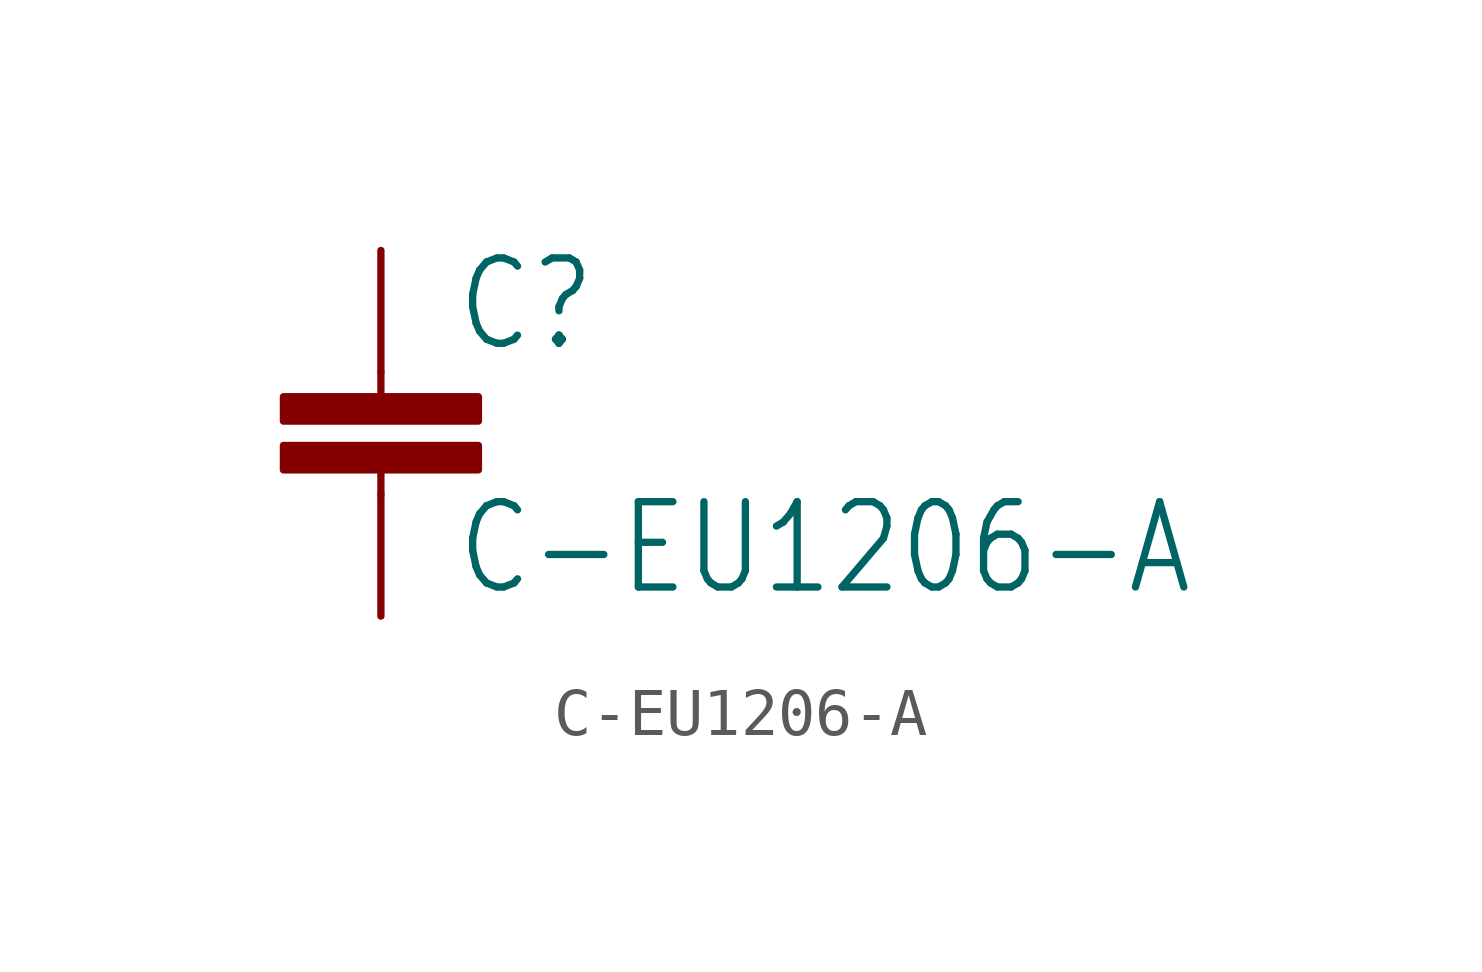
<source format=kicad_sym>
(kicad_symbol_lib
  (version 20211014)
  (generator kicad_symbol_editor)
  (symbol "C-EU1206-A"
    (property "Reference" "C"
      (at 1.524 0.381 0)
      (effects (font (size 1.778 1.511)) (justify left bottom)))
    (property "Value" "C-EU1206-A"
      (at 1.524 -4.699 0)
      (effects (font (size 1.778 1.511)) (justify left bottom)))
    (property "ki_locked" ""
      (at 0 0 0)
      (effects (font (size 1.27 1.27))))
    (symbol "C-EU1206-A_1_0"
      (rectangle (start -2.032 -2.032) (end 2.032 -1.524) (stroke (width 0) (type default) (color 0 0 0 0)) (fill (type outline)))
      (rectangle (start -2.032 -1.016) (end 2.032 -0.508) (stroke (width 0) (type default) (color 0 0 0 0)) (fill (type outline)))
      (polyline (pts (xy 0 -2.54) (xy 0 -2.032)) (stroke (width 0.152) (type default) (color 0 0 0 0)) (fill (type none)))
      (polyline (pts (xy 0 0) (xy 0 -0.508)) (stroke (width 0.152) (type default) (color 0 0 0 0)) (fill (type none)))
      (pin passive line (at 0 2.54 270) (length 2.54) (name "1" (effects (font (size 0 0)))) (number "1" (effects (font (size 0 0)))))
      (pin passive line (at 0 -5.08 90) (length 2.54) (name "2" (effects (font (size 0 0)))) (number "2" (effects (font (size 0 0))))))))
</source>
